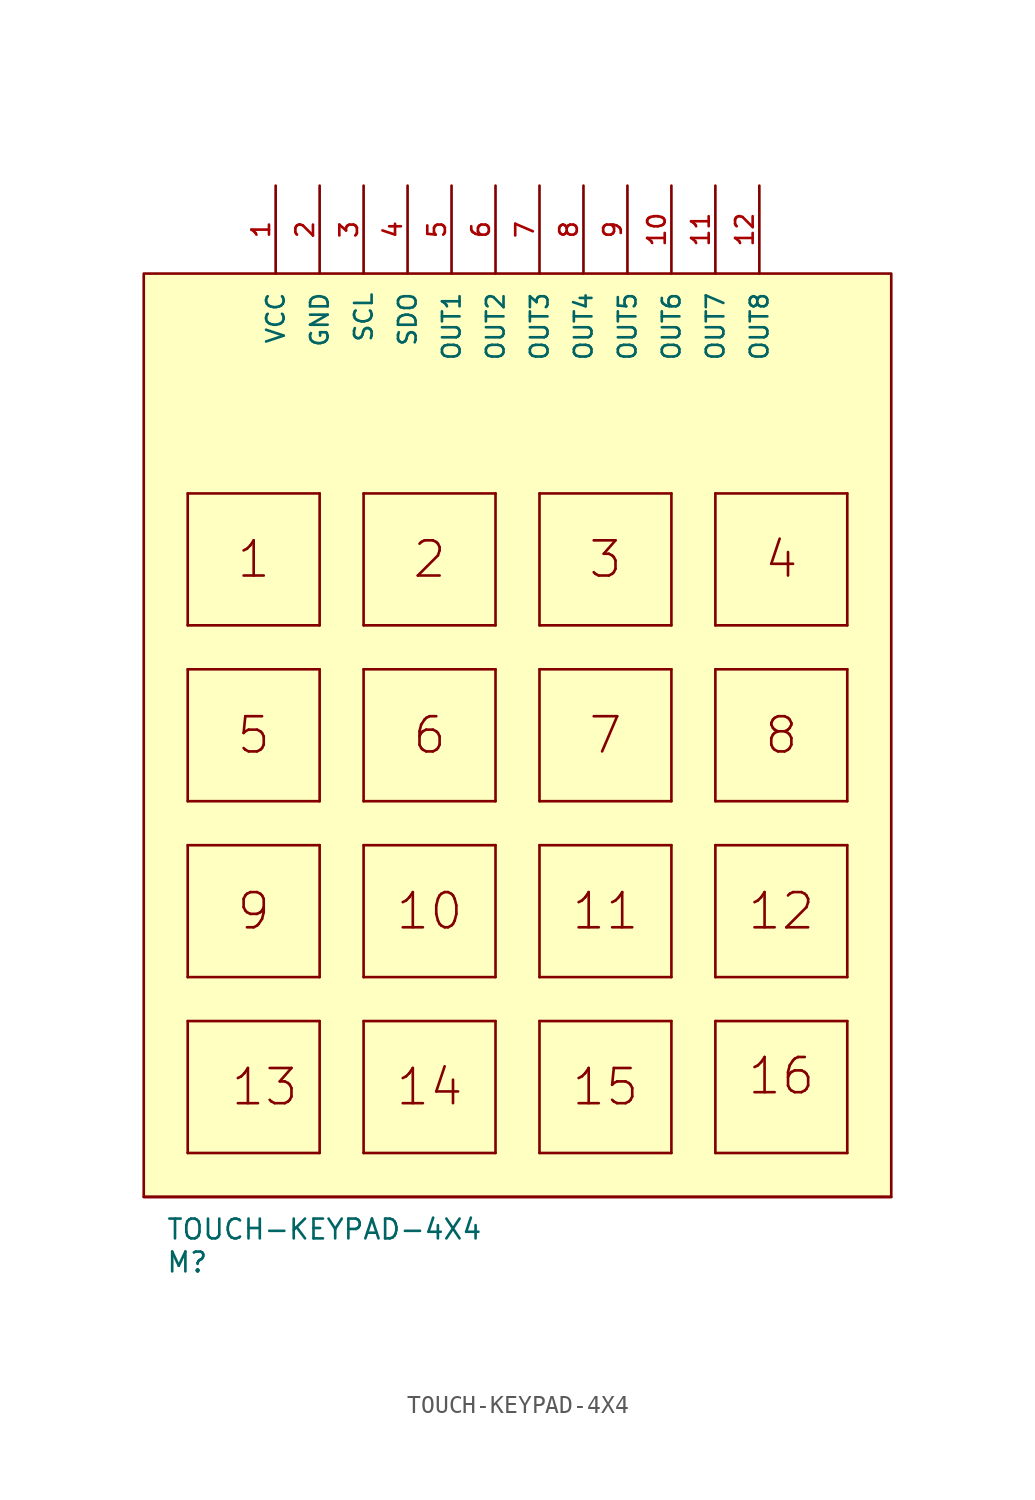
<source format=kicad_sym>
(kicad_symbol_lib
  (version 20211014)
  (generator kicad_symbol_editor)
  (symbol "TOUCH-KEYPAD-4X4"
    (pin_names
      (offset 1.016))
    (property "Reference" "M"
      (at -21.59 -29.845 0)
      (effects (font (size 1.143 1.143)) (justify left bottom)))
    (property "Value" "TOUCH-KEYPAD-4X4"
      (at -21.59 -27.94 0)
      (effects (font (size 1.143 1.143)) (justify left bottom)))
    (property "ki_locked" ""
      (at 0 0 0)
      (effects (font (size 1.27 1.27))))
    (symbol "TOUCH-KEYPAD-4X4_1_0"
      (polyline (pts (xy -20.32 -22.86) (xy -20.32 -15.24)) (stroke (width 0) (type default) (color 0 0 0 0)) (fill (type none)))
      (polyline (pts (xy -20.32 -15.24) (xy -12.7 -15.24)) (stroke (width 0) (type default) (color 0 0 0 0)) (fill (type none)))
      (polyline (pts (xy -20.32 -12.7) (xy -20.32 -5.08)) (stroke (width 0) (type default) (color 0 0 0 0)) (fill (type none)))
      (polyline (pts (xy -20.32 -5.08) (xy -12.7 -5.08)) (stroke (width 0) (type default) (color 0 0 0 0)) (fill (type none)))
      (polyline (pts (xy -20.32 -2.54) (xy -20.32 5.08)) (stroke (width 0) (type default) (color 0 0 0 0)) (fill (type none)))
      (polyline (pts (xy -20.32 5.08) (xy -12.7 5.08)) (stroke (width 0) (type default) (color 0 0 0 0)) (fill (type none)))
      (polyline (pts (xy -20.32 7.62) (xy -20.32 15.24)) (stroke (width 0) (type default) (color 0 0 0 0)) (fill (type none)))
      (polyline (pts (xy -20.32 15.24) (xy -12.7 15.24)) (stroke (width 0) (type default) (color 0 0 0 0)) (fill (type none)))
      (polyline (pts (xy -12.7 -22.86) (xy -20.32 -22.86)) (stroke (width 0) (type default) (color 0 0 0 0)) (fill (type none)))
      (polyline (pts (xy -12.7 -15.24) (xy -12.7 -22.86)) (stroke (width 0) (type default) (color 0 0 0 0)) (fill (type none)))
      (polyline (pts (xy -12.7 -12.7) (xy -20.32 -12.7)) (stroke (width 0) (type default) (color 0 0 0 0)) (fill (type none)))
      (polyline (pts (xy -12.7 -5.08) (xy -12.7 -12.7)) (stroke (width 0) (type default) (color 0 0 0 0)) (fill (type none)))
      (polyline (pts (xy -12.7 -2.54) (xy -20.32 -2.54)) (stroke (width 0) (type default) (color 0 0 0 0)) (fill (type none)))
      (polyline (pts (xy -12.7 5.08) (xy -12.7 -2.54)) (stroke (width 0) (type default) (color 0 0 0 0)) (fill (type none)))
      (polyline (pts (xy -12.7 7.62) (xy -20.32 7.62)) (stroke (width 0) (type default) (color 0 0 0 0)) (fill (type none)))
      (polyline (pts (xy -12.7 15.24) (xy -12.7 7.62)) (stroke (width 0) (type default) (color 0 0 0 0)) (fill (type none)))
      (polyline (pts (xy -10.16 -22.86) (xy -10.16 -15.24)) (stroke (width 0) (type default) (color 0 0 0 0)) (fill (type none)))
      (polyline (pts (xy -10.16 -15.24) (xy -2.54 -15.24)) (stroke (width 0) (type default) (color 0 0 0 0)) (fill (type none)))
      (polyline (pts (xy -10.16 -12.7) (xy -10.16 -5.08)) (stroke (width 0) (type default) (color 0 0 0 0)) (fill (type none)))
      (polyline (pts (xy -10.16 -5.08) (xy -2.54 -5.08)) (stroke (width 0) (type default) (color 0 0 0 0)) (fill (type none)))
      (polyline (pts (xy -10.16 -2.54) (xy -10.16 5.08)) (stroke (width 0) (type default) (color 0 0 0 0)) (fill (type none)))
      (polyline (pts (xy -10.16 5.08) (xy -2.54 5.08)) (stroke (width 0) (type default) (color 0 0 0 0)) (fill (type none)))
      (polyline (pts (xy -10.16 7.62) (xy -10.16 15.24)) (stroke (width 0) (type default) (color 0 0 0 0)) (fill (type none)))
      (polyline (pts (xy -10.16 15.24) (xy -2.54 15.24)) (stroke (width 0) (type default) (color 0 0 0 0)) (fill (type none)))
      (polyline (pts (xy -2.54 -22.86) (xy -10.16 -22.86)) (stroke (width 0) (type default) (color 0 0 0 0)) (fill (type none)))
      (polyline (pts (xy -2.54 -15.24) (xy -2.54 -22.86)) (stroke (width 0) (type default) (color 0 0 0 0)) (fill (type none)))
      (polyline (pts (xy -2.54 -12.7) (xy -10.16 -12.7)) (stroke (width 0) (type default) (color 0 0 0 0)) (fill (type none)))
      (polyline (pts (xy -2.54 -5.08) (xy -2.54 -12.7)) (stroke (width 0) (type default) (color 0 0 0 0)) (fill (type none)))
      (polyline (pts (xy -2.54 -2.54) (xy -10.16 -2.54)) (stroke (width 0) (type default) (color 0 0 0 0)) (fill (type none)))
      (polyline (pts (xy -2.54 5.08) (xy -2.54 -2.54)) (stroke (width 0) (type default) (color 0 0 0 0)) (fill (type none)))
      (polyline (pts (xy -2.54 7.62) (xy -10.16 7.62)) (stroke (width 0) (type default) (color 0 0 0 0)) (fill (type none)))
      (polyline (pts (xy -2.54 15.24) (xy -2.54 7.62)) (stroke (width 0) (type default) (color 0 0 0 0)) (fill (type none)))
      (polyline (pts (xy 0 -22.86) (xy 0 -15.24)) (stroke (width 0) (type default) (color 0 0 0 0)) (fill (type none)))
      (polyline (pts (xy 0 -15.24) (xy 7.62 -15.24)) (stroke (width 0) (type default) (color 0 0 0 0)) (fill (type none)))
      (polyline (pts (xy 0 -12.7) (xy 0 -5.08)) (stroke (width 0) (type default) (color 0 0 0 0)) (fill (type none)))
      (polyline (pts (xy 0 -5.08) (xy 7.62 -5.08)) (stroke (width 0) (type default) (color 0 0 0 0)) (fill (type none)))
      (polyline (pts (xy 0 -2.54) (xy 0 5.08)) (stroke (width 0) (type default) (color 0 0 0 0)) (fill (type none)))
      (polyline (pts (xy 0 5.08) (xy 7.62 5.08)) (stroke (width 0) (type default) (color 0 0 0 0)) (fill (type none)))
      (polyline (pts (xy 0 7.62) (xy 0 15.24)) (stroke (width 0) (type default) (color 0 0 0 0)) (fill (type none)))
      (polyline (pts (xy 0 15.24) (xy 7.62 15.24)) (stroke (width 0) (type default) (color 0 0 0 0)) (fill (type none)))
      (polyline (pts (xy 7.62 -22.86) (xy 0 -22.86)) (stroke (width 0) (type default) (color 0 0 0 0)) (fill (type none)))
      (polyline (pts (xy 7.62 -15.24) (xy 7.62 -22.86)) (stroke (width 0) (type default) (color 0 0 0 0)) (fill (type none)))
      (polyline (pts (xy 7.62 -12.7) (xy 0 -12.7)) (stroke (width 0) (type default) (color 0 0 0 0)) (fill (type none)))
      (polyline (pts (xy 7.62 -5.08) (xy 7.62 -12.7)) (stroke (width 0) (type default) (color 0 0 0 0)) (fill (type none)))
      (polyline (pts (xy 7.62 -2.54) (xy 0 -2.54)) (stroke (width 0) (type default) (color 0 0 0 0)) (fill (type none)))
      (polyline (pts (xy 7.62 5.08) (xy 7.62 -2.54)) (stroke (width 0) (type default) (color 0 0 0 0)) (fill (type none)))
      (polyline (pts (xy 7.62 7.62) (xy 0 7.62)) (stroke (width 0) (type default) (color 0 0 0 0)) (fill (type none)))
      (polyline (pts (xy 7.62 15.24) (xy 7.62 7.62)) (stroke (width 0) (type default) (color 0 0 0 0)) (fill (type none)))
      (polyline (pts (xy 10.16 -22.86) (xy 10.16 -15.24)) (stroke (width 0) (type default) (color 0 0 0 0)) (fill (type none)))
      (polyline (pts (xy 10.16 -15.24) (xy 17.78 -15.24)) (stroke (width 0) (type default) (color 0 0 0 0)) (fill (type none)))
      (polyline (pts (xy 10.16 -12.7) (xy 10.16 -5.08)) (stroke (width 0) (type default) (color 0 0 0 0)) (fill (type none)))
      (polyline (pts (xy 10.16 -5.08) (xy 17.78 -5.08)) (stroke (width 0) (type default) (color 0 0 0 0)) (fill (type none)))
      (polyline (pts (xy 10.16 -2.54) (xy 10.16 5.08)) (stroke (width 0) (type default) (color 0 0 0 0)) (fill (type none)))
      (polyline (pts (xy 10.16 5.08) (xy 17.78 5.08)) (stroke (width 0) (type default) (color 0 0 0 0)) (fill (type none)))
      (polyline (pts (xy 10.16 7.62) (xy 10.16 15.24)) (stroke (width 0) (type default) (color 0 0 0 0)) (fill (type none)))
      (polyline (pts (xy 10.16 15.24) (xy 17.78 15.24)) (stroke (width 0) (type default) (color 0 0 0 0)) (fill (type none)))
      (polyline (pts (xy 17.78 -22.86) (xy 10.16 -22.86)) (stroke (width 0) (type default) (color 0 0 0 0)) (fill (type none)))
      (polyline (pts (xy 17.78 -15.24) (xy 17.78 -22.86)) (stroke (width 0) (type default) (color 0 0 0 0)) (fill (type none)))
      (polyline (pts (xy 17.78 -12.7) (xy 10.16 -12.7)) (stroke (width 0) (type default) (color 0 0 0 0)) (fill (type none)))
      (polyline (pts (xy 17.78 -5.08) (xy 17.78 -12.7)) (stroke (width 0) (type default) (color 0 0 0 0)) (fill (type none)))
      (polyline (pts (xy 17.78 -2.54) (xy 10.16 -2.54)) (stroke (width 0) (type default) (color 0 0 0 0)) (fill (type none)))
      (polyline (pts (xy 17.78 5.08) (xy 17.78 -2.54)) (stroke (width 0) (type default) (color 0 0 0 0)) (fill (type none)))
      (polyline (pts (xy 17.78 7.62) (xy 10.16 7.62)) (stroke (width 0) (type default) (color 0 0 0 0)) (fill (type none)))
      (polyline (pts (xy 17.78 15.24) (xy 17.78 7.62)) (stroke (width 0) (type default) (color 0 0 0 0)) (fill (type none)))
      (polyline (pts (xy 20.32 -25.4) (xy -22.86 -25.4)) (stroke (width 0) (type default) (color 0 0 0 0)) (fill (type none)))
      (text "1" (at -16.51 11.43 0) (effects (font (size 2.032 2.032))))
      (text "10" (at -6.35 -8.89 0) (effects (font (size 2.032 2.032))))
      (text "11" (at 3.81 -8.89 0) (effects (font (size 2.032 2.032))))
      (text "12" (at 13.97 -8.89 0) (effects (font (size 2.032 2.032))))
      (text "13" (at -15.875 -19.05 0) (effects (font (size 2.032 2.032))))
      (text "14" (at -6.35 -19.05 0) (effects (font (size 2.032 2.032))))
      (text "15" (at 3.81 -19.05 0) (effects (font (size 2.032 2.032))))
      (text "16" (at 13.97 -18.415 0) (effects (font (size 2.032 2.032))))
      (text "2" (at -6.35 11.43 0) (effects (font (size 2.032 2.032))))
      (text "3" (at 3.81 11.43 0) (effects (font (size 2.032 2.032))))
      (text "4" (at 13.97 11.43 0) (effects (font (size 2.032 2.032))))
      (text "5" (at -16.51 1.27 0) (effects (font (size 2.032 2.032))))
      (text "6" (at -6.35 1.27 0) (effects (font (size 2.032 2.032))))
      (text "7" (at 3.81 1.27 0) (effects (font (size 2.032 2.032))))
      (text "8" (at 13.97 1.27 0) (effects (font (size 2.032 2.032))))
      (text "9" (at -16.51 -8.89 0) (effects (font (size 2.032 2.032)))))
    (symbol "TOUCH-KEYPAD-4X4_1_1"
      (rectangle (start -22.86 -25.4) (end 20.32 27.94) (stroke (width 0) (type default) (color 0 0 0 0)) (fill (type background)))
      (pin power_in line (at -15.24 33.02 270) (length 5.08) (name "VCC" (effects (font (size 1.016 1.016)))) (number "1" (effects (font (size 1.016 1.016)))))
      (pin bidirectional line (at 7.62 33.02 270) (length 5.08) (name "OUT6" (effects (font (size 1.016 1.016)))) (number "10" (effects (font (size 1.016 1.016)))))
      (pin bidirectional line (at 10.16 33.02 270) (length 5.08) (name "OUT7" (effects (font (size 1.016 1.016)))) (number "11" (effects (font (size 1.016 1.016)))))
      (pin bidirectional line (at 12.7 33.02 270) (length 5.08) (name "OUT8" (effects (font (size 1.016 1.016)))) (number "12" (effects (font (size 1.016 1.016)))))
      (pin power_in line (at -12.7 33.02 270) (length 5.08) (name "GND" (effects (font (size 1.016 1.016)))) (number "2" (effects (font (size 1.016 1.016)))))
      (pin bidirectional line (at -10.16 33.02 270) (length 5.08) (name "SCL" (effects (font (size 1.016 1.016)))) (number "3" (effects (font (size 1.016 1.016)))))
      (pin bidirectional line (at -7.62 33.02 270) (length 5.08) (name "SDO" (effects (font (size 1.016 1.016)))) (number "4" (effects (font (size 1.016 1.016)))))
      (pin bidirectional line (at -5.08 33.02 270) (length 5.08) (name "OUT1" (effects (font (size 1.016 1.016)))) (number "5" (effects (font (size 1.016 1.016)))))
      (pin bidirectional line (at -2.54 33.02 270) (length 5.08) (name "OUT2" (effects (font (size 1.016 1.016)))) (number "6" (effects (font (size 1.016 1.016)))))
      (pin bidirectional line (at 0 33.02 270) (length 5.08) (name "OUT3" (effects (font (size 1.016 1.016)))) (number "7" (effects (font (size 1.016 1.016)))))
      (pin bidirectional line (at 2.54 33.02 270) (length 5.08) (name "OUT4" (effects (font (size 1.016 1.016)))) (number "8" (effects (font (size 1.016 1.016)))))
      (pin bidirectional line (at 5.08 33.02 270) (length 5.08) (name "OUT5" (effects (font (size 1.016 1.016)))) (number "9" (effects (font (size 1.016 1.016))))))))
</source>
